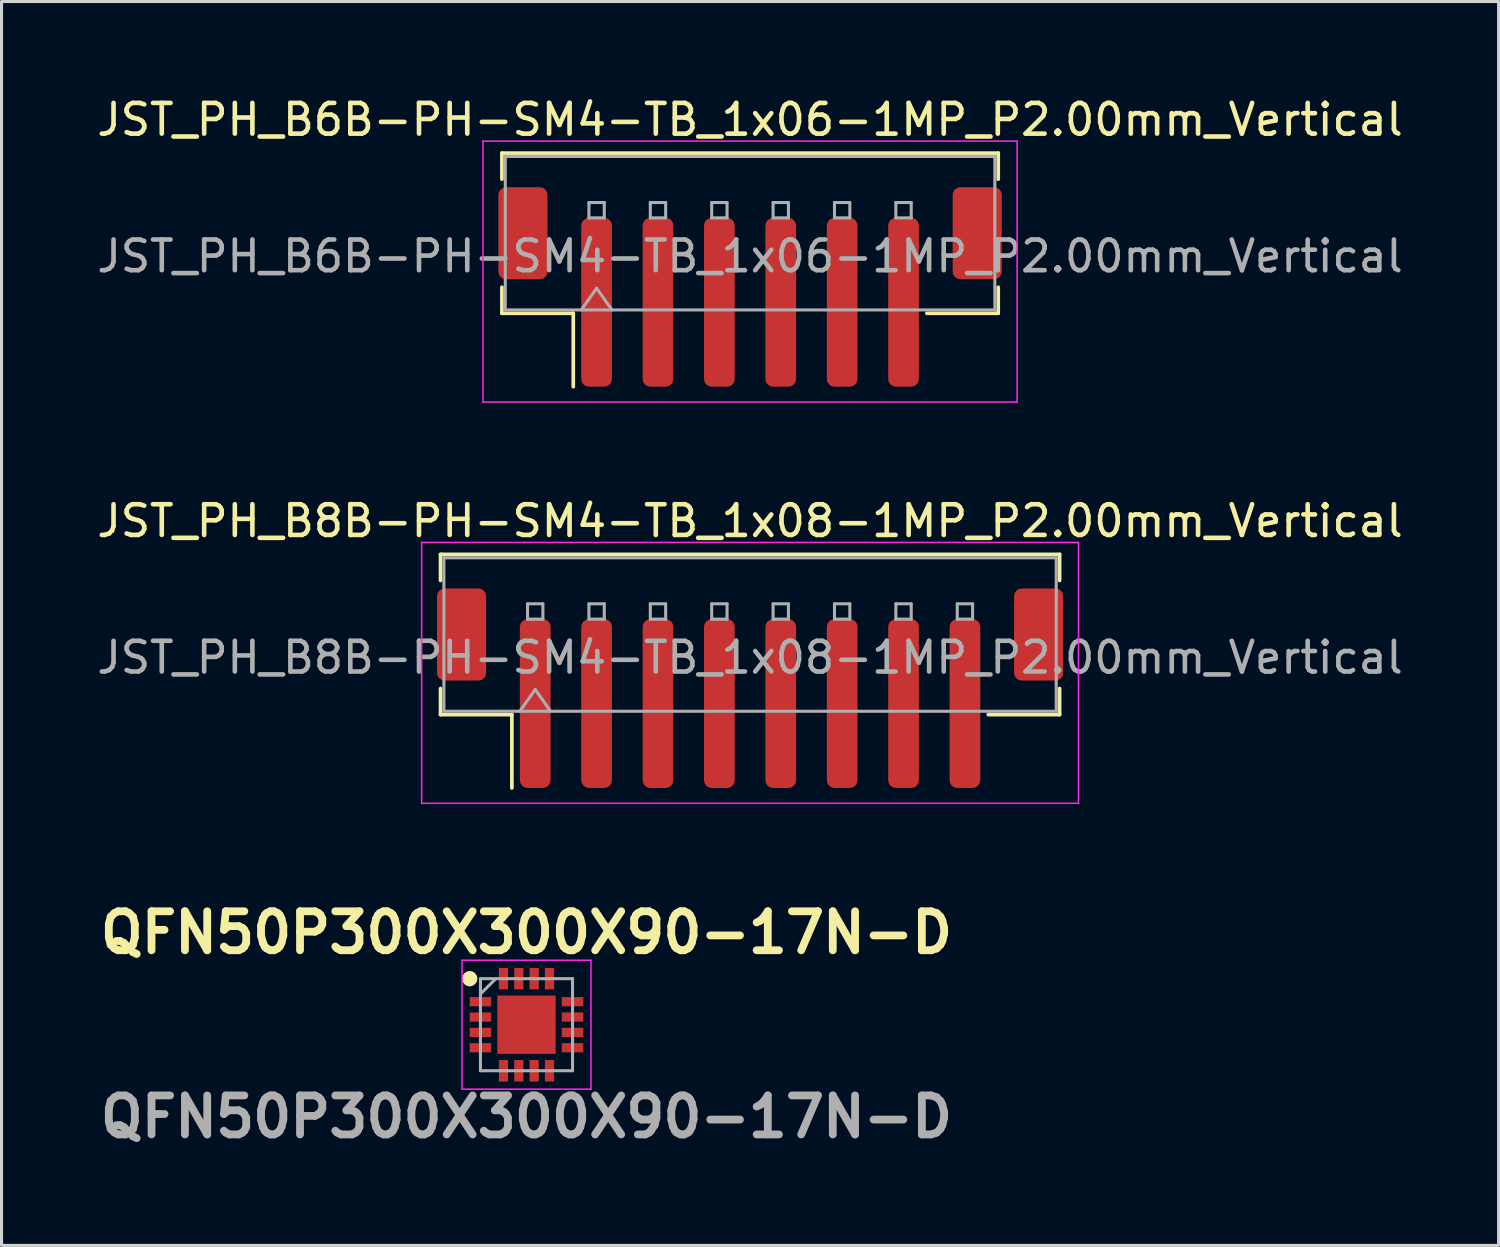
<source format=kicad_pcb>
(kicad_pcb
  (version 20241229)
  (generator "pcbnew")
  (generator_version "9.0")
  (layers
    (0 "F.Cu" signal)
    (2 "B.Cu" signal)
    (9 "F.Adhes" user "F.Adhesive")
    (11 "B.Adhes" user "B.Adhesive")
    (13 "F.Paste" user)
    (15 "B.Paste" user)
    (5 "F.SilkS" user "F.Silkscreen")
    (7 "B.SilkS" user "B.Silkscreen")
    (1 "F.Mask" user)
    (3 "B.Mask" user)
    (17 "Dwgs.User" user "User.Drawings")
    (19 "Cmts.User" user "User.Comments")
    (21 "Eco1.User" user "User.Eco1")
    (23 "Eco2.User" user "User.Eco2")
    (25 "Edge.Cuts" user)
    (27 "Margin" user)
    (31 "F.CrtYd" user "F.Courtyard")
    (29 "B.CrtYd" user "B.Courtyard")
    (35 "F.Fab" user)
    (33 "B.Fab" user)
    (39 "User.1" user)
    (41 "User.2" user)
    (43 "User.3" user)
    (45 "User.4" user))
  (footprint "JST_PH_B8B-PH-SM4-TB_1x08-1MP_P2.00mm_Vertical"
    (layer "F.Cu")
    (at 21.387 19.372)
    (property "Reference" "JST_PH_B8B-PH-SM4-TB_1x08-1MP_P2.00mm_Vertical" (at 0 -5.45 0) (layer "F.SilkS") (effects (font (size 1 1) (thickness 0.15))))
    (attr smd)
    (fp_line (start -10.085 -4.36) (end 10.085 -4.36) (stroke (width 0.12) (type solid)) (layer "F.SilkS"))
    (fp_line (start -10.085 -3.51) (end -10.085 -4.36) (stroke (width 0.12) (type solid)) (layer "F.SilkS"))
    (fp_line (start -10.085 0.01) (end -10.085 0.86) (stroke (width 0.12) (type solid)) (layer "F.SilkS"))
    (fp_line (start -10.085 0.86) (end -7.76 0.86) (stroke (width 0.12) (type solid)) (layer "F.SilkS"))
    (fp_line (start -7.76 0.86) (end -7.76 3.25) (stroke (width 0.12) (type solid)) (layer "F.SilkS"))
    (fp_line (start 10.085 -4.36) (end 10.085 -3.51) (stroke (width 0.12) (type solid)) (layer "F.SilkS"))
    (fp_line (start 10.085 0.01) (end 10.085 0.86) (stroke (width 0.12) (type solid)) (layer "F.SilkS"))
    (fp_line (start 10.085 0.86) (end 7.76 0.86) (stroke (width 0.12) (type solid)) (layer "F.SilkS"))
    (fp_line (start -10.7 -4.75) (end -10.7 3.75) (stroke (width 0.05) (type solid)) (layer "F.CrtYd"))
    (fp_line (start -10.7 3.75) (end 10.7 3.75) (stroke (width 0.05) (type solid)) (layer "F.CrtYd"))
    (fp_line (start 10.7 -4.75) (end -10.7 -4.75) (stroke (width 0.05) (type solid)) (layer "F.CrtYd"))
    (fp_line (start 10.7 3.75) (end 10.7 -4.75) (stroke (width 0.05) (type solid)) (layer "F.CrtYd"))
    (fp_line (start -9.975 -4.25) (end 9.975 -4.25) (stroke (width 0.1) (type solid)) (layer "F.Fab"))
    (fp_line (start -9.975 0.75) (end -9.975 -4.25) (stroke (width 0.1) (type solid)) (layer "F.Fab"))
    (fp_line (start -9.975 0.75) (end 9.975 0.75) (stroke (width 0.1) (type solid)) (layer "F.Fab"))
    (fp_line (start -7.5 0.75) (end -7 0.043) (stroke (width 0.1) (type solid)) (layer "F.Fab"))
    (fp_line (start -7.25 -2.75) (end -7.25 -2.25) (stroke (width 0.1) (type solid)) (layer "F.Fab"))
    (fp_line (start -7.25 -2.25) (end -6.75 -2.25) (stroke (width 0.1) (type solid)) (layer "F.Fab"))
    (fp_line (start -7 0.043) (end -6.5 0.75) (stroke (width 0.1) (type solid)) (layer "F.Fab"))
    (fp_line (start -6.75 -2.75) (end -7.25 -2.75) (stroke (width 0.1) (type solid)) (layer "F.Fab"))
    (fp_line (start -6.75 -2.25) (end -6.75 -2.75) (stroke (width 0.1) (type solid)) (layer "F.Fab"))
    (fp_line (start -5.25 -2.75) (end -5.25 -2.25) (stroke (width 0.1) (type solid)) (layer "F.Fab"))
    (fp_line (start -5.25 -2.25) (end -4.75 -2.25) (stroke (width 0.1) (type solid)) (layer "F.Fab"))
    (fp_line (start -4.75 -2.75) (end -5.25 -2.75) (stroke (width 0.1) (type solid)) (layer "F.Fab"))
    (fp_line (start -4.75 -2.25) (end -4.75 -2.75) (stroke (width 0.1) (type solid)) (layer "F.Fab"))
    (fp_line (start -3.25 -2.75) (end -3.25 -2.25) (stroke (width 0.1) (type solid)) (layer "F.Fab"))
    (fp_line (start -3.25 -2.25) (end -2.75 -2.25) (stroke (width 0.1) (type solid)) (layer "F.Fab"))
    (fp_line (start -2.75 -2.75) (end -3.25 -2.75) (stroke (width 0.1) (type solid)) (layer "F.Fab"))
    (fp_line (start -2.75 -2.25) (end -2.75 -2.75) (stroke (width 0.1) (type solid)) (layer "F.Fab"))
    (fp_line (start -1.25 -2.75) (end -1.25 -2.25) (stroke (width 0.1) (type solid)) (layer "F.Fab"))
    (fp_line (start -1.25 -2.25) (end -0.75 -2.25) (stroke (width 0.1) (type solid)) (layer "F.Fab"))
    (fp_line (start -0.75 -2.75) (end -1.25 -2.75) (stroke (width 0.1) (type solid)) (layer "F.Fab"))
    (fp_line (start -0.75 -2.25) (end -0.75 -2.75) (stroke (width 0.1) (type solid)) (layer "F.Fab"))
    (fp_line (start 0.75 -2.75) (end 0.75 -2.25) (stroke (width 0.1) (type solid)) (layer "F.Fab"))
    (fp_line (start 0.75 -2.25) (end 1.25 -2.25) (stroke (width 0.1) (type solid)) (layer "F.Fab"))
    (fp_line (start 1.25 -2.75) (end 0.75 -2.75) (stroke (width 0.1) (type solid)) (layer "F.Fab"))
    (fp_line (start 1.25 -2.25) (end 1.25 -2.75) (stroke (width 0.1) (type solid)) (layer "F.Fab"))
    (fp_line (start 2.75 -2.75) (end 2.75 -2.25) (stroke (width 0.1) (type solid)) (layer "F.Fab"))
    (fp_line (start 2.75 -2.25) (end 3.25 -2.25) (stroke (width 0.1) (type solid)) (layer "F.Fab"))
    (fp_line (start 3.25 -2.75) (end 2.75 -2.75) (stroke (width 0.1) (type solid)) (layer "F.Fab"))
    (fp_line (start 3.25 -2.25) (end 3.25 -2.75) (stroke (width 0.1) (type solid)) (layer "F.Fab"))
    (fp_line (start 4.75 -2.75) (end 4.75 -2.25) (stroke (width 0.1) (type solid)) (layer "F.Fab"))
    (fp_line (start 4.75 -2.25) (end 5.25 -2.25) (stroke (width 0.1) (type solid)) (layer "F.Fab"))
    (fp_line (start 5.25 -2.75) (end 4.75 -2.75) (stroke (width 0.1) (type solid)) (layer "F.Fab"))
    (fp_line (start 5.25 -2.25) (end 5.25 -2.75) (stroke (width 0.1) (type solid)) (layer "F.Fab"))
    (fp_line (start 6.75 -2.75) (end 6.75 -2.25) (stroke (width 0.1) (type solid)) (layer "F.Fab"))
    (fp_line (start 6.75 -2.25) (end 7.25 -2.25) (stroke (width 0.1) (type solid)) (layer "F.Fab"))
    (fp_line (start 7.25 -2.75) (end 6.75 -2.75) (stroke (width 0.1) (type solid)) (layer "F.Fab"))
    (fp_line (start 7.25 -2.25) (end 7.25 -2.75) (stroke (width 0.1) (type solid)) (layer "F.Fab"))
    (fp_line (start 9.975 0.75) (end 9.975 -4.25) (stroke (width 0.1) (type solid)) (layer "F.Fab"))
    (fp_text user "${REFERENCE}" (at 0 -1 0) (layer "F.Fab") (effects (font (size 1 1) (thickness 0.15))))
    (pad "1" smd roundrect (at -7 0.5) (size 1 5.5) (layers "F.Cu" "F.Mask" "F.Paste") (roundrect_rratio 0.25))
    (pad "2" smd roundrect (at -5 0.5) (size 1 5.5) (layers "F.Cu" "F.Mask" "F.Paste") (roundrect_rratio 0.25))
    (pad "3" smd roundrect (at -3 0.5) (size 1 5.5) (layers "F.Cu" "F.Mask" "F.Paste") (roundrect_rratio 0.25))
    (pad "4" smd roundrect (at -1 0.5) (size 1 5.5) (layers "F.Cu" "F.Mask" "F.Paste") (roundrect_rratio 0.25))
    (pad "5" smd roundrect (at 1 0.5) (size 1 5.5) (layers "F.Cu" "F.Mask" "F.Paste") (roundrect_rratio 0.25))
    (pad "6" smd roundrect (at 3 0.5) (size 1 5.5) (layers "F.Cu" "F.Mask" "F.Paste") (roundrect_rratio 0.25))
    (pad "7" smd roundrect (at 5 0.5) (size 1 5.5) (layers "F.Cu" "F.Mask" "F.Paste") (roundrect_rratio 0.25))
    (pad "8" smd roundrect (at 7 0.5) (size 1 5.5) (layers "F.Cu" "F.Mask" "F.Paste") (roundrect_rratio 0.25))
    (pad "MP" smd roundrect (at -9.4 -1.75) (size 1.6 3) (layers "F.Cu" "F.Mask" "F.Paste") (roundrect_rratio 0.156))
    (pad "MP" smd roundrect (at 9.4 -1.75) (size 1.6 3) (layers "F.Cu" "F.Mask" "F.Paste") (roundrect_rratio 0.156)))
  (footprint "QFN50P300X300X90-17N-D"
    (layer "F.Cu")
    (at 14.103 30.335)
    (property "Reference" "QFN50P300X300X90-17N-D" (at 0 -3 0) (layer "F.SilkS") (effects (font (size 1.27 1.27) (thickness 0.254))))
    (attr smd)
    (fp_circle (center -1.85 -1.5) (end -1.85 -1.375) (stroke (width 0.25) (type solid)) (fill no) (layer "F.SilkS"))
    (fp_line (start -2.1 -2.1) (end 2.1 -2.1) (stroke (width 0.05) (type solid)) (layer "F.CrtYd"))
    (fp_line (start -2.1 2.1) (end -2.1 -2.1) (stroke (width 0.05) (type solid)) (layer "F.CrtYd"))
    (fp_line (start 2.1 -2.1) (end 2.1 2.1) (stroke (width 0.05) (type solid)) (layer "F.CrtYd"))
    (fp_line (start 2.1 2.1) (end -2.1 2.1) (stroke (width 0.05) (type solid)) (layer "F.CrtYd"))
    (fp_line (start -1.5 -1.5) (end 1.5 -1.5) (stroke (width 0.1) (type solid)) (layer "F.Fab"))
    (fp_line (start -1.5 -1) (end -1 -1.5) (stroke (width 0.1) (type solid)) (layer "F.Fab"))
    (fp_line (start -1.5 1.5) (end -1.5 -1.5) (stroke (width 0.1) (type solid)) (layer "F.Fab"))
    (fp_line (start 1.5 -1.5) (end 1.5 1.5) (stroke (width 0.1) (type solid)) (layer "F.Fab"))
    (fp_line (start 1.5 1.5) (end -1.5 1.5) (stroke (width 0.1) (type solid)) (layer "F.Fab"))
    (fp_text user "${REFERENCE}" (at 0 3 0) (layer "F.Fab") (effects (font (size 1.27 1.27) (thickness 0.254))))
    (pad "1" smd rect (at -1.5 -0.75 90) (size 0.3 0.7) (layers "F.Cu" "F.Mask" "F.Paste"))
    (pad "2" smd rect (at -1.5 -0.25 90) (size 0.3 0.7) (layers "F.Cu" "F.Mask" "F.Paste"))
    (pad "3" smd rect (at -1.5 0.25 90) (size 0.3 0.7) (layers "F.Cu" "F.Mask" "F.Paste"))
    (pad "4" smd rect (at -1.5 0.75 90) (size 0.3 0.7) (layers "F.Cu" "F.Mask" "F.Paste"))
    (pad "5" smd rect (at -0.75 1.5) (size 0.3 0.7) (layers "F.Cu" "F.Mask" "F.Paste"))
    (pad "6" smd rect (at -0.25 1.5) (size 0.3 0.7) (layers "F.Cu" "F.Mask" "F.Paste"))
    (pad "7" smd rect (at 0.25 1.5) (size 0.3 0.7) (layers "F.Cu" "F.Mask" "F.Paste"))
    (pad "8" smd rect (at 0.75 1.5) (size 0.3 0.7) (layers "F.Cu" "F.Mask" "F.Paste"))
    (pad "9" smd rect (at 1.5 0.75 90) (size 0.3 0.7) (layers "F.Cu" "F.Mask" "F.Paste"))
    (pad "10" smd rect (at 1.5 0.25 90) (size 0.3 0.7) (layers "F.Cu" "F.Mask" "F.Paste"))
    (pad "11" smd rect (at 1.5 -0.25 90) (size 0.3 0.7) (layers "F.Cu" "F.Mask" "F.Paste"))
    (pad "12" smd rect (at 1.5 -0.75 90) (size 0.3 0.7) (layers "F.Cu" "F.Mask" "F.Paste"))
    (pad "13" smd rect (at 0.75 -1.5) (size 0.3 0.7) (layers "F.Cu" "F.Mask" "F.Paste"))
    (pad "14" smd rect (at 0.25 -1.5) (size 0.3 0.7) (layers "F.Cu" "F.Mask" "F.Paste"))
    (pad "15" smd rect (at -0.25 -1.5) (size 0.3 0.7) (layers "F.Cu" "F.Mask" "F.Paste"))
    (pad "16" smd rect (at -0.75 -1.5) (size 0.3 0.7) (layers "F.Cu" "F.Mask" "F.Paste"))
    (pad "17" smd rect (at 0 0) (size 1.9 1.9) (layers "F.Cu" "F.Mask" "F.Paste")))
  (footprint "JST_PH_B6B-PH-SM4-TB_1x06-1MP_P2.00mm_Vertical"
    (layer "F.Cu")
    (at 21.387 6.298)
    (property "Reference" "JST_PH_B6B-PH-SM4-TB_1x06-1MP_P2.00mm_Vertical" (at 0 -5.45 0) (layer "F.SilkS") (effects (font (size 1 1) (thickness 0.15))))
    (attr smd)
    (fp_line (start -8.085 -4.36) (end 8.085 -4.36) (stroke (width 0.12) (type solid)) (layer "F.SilkS"))
    (fp_line (start -8.085 -3.51) (end -8.085 -4.36) (stroke (width 0.12) (type solid)) (layer "F.SilkS"))
    (fp_line (start -8.085 0.01) (end -8.085 0.86) (stroke (width 0.12) (type solid)) (layer "F.SilkS"))
    (fp_line (start -8.085 0.86) (end -5.76 0.86) (stroke (width 0.12) (type solid)) (layer "F.SilkS"))
    (fp_line (start -5.76 0.86) (end -5.76 3.25) (stroke (width 0.12) (type solid)) (layer "F.SilkS"))
    (fp_line (start 8.085 -4.36) (end 8.085 -3.51) (stroke (width 0.12) (type solid)) (layer "F.SilkS"))
    (fp_line (start 8.085 0.01) (end 8.085 0.86) (stroke (width 0.12) (type solid)) (layer "F.SilkS"))
    (fp_line (start 8.085 0.86) (end 5.76 0.86) (stroke (width 0.12) (type solid)) (layer "F.SilkS"))
    (fp_line (start -8.7 -4.75) (end -8.7 3.75) (stroke (width 0.05) (type solid)) (layer "F.CrtYd"))
    (fp_line (start -8.7 3.75) (end 8.7 3.75) (stroke (width 0.05) (type solid)) (layer "F.CrtYd"))
    (fp_line (start 8.7 -4.75) (end -8.7 -4.75) (stroke (width 0.05) (type solid)) (layer "F.CrtYd"))
    (fp_line (start 8.7 3.75) (end 8.7 -4.75) (stroke (width 0.05) (type solid)) (layer "F.CrtYd"))
    (fp_line (start -7.975 -4.25) (end 7.975 -4.25) (stroke (width 0.1) (type solid)) (layer "F.Fab"))
    (fp_line (start -7.975 0.75) (end -7.975 -4.25) (stroke (width 0.1) (type solid)) (layer "F.Fab"))
    (fp_line (start -7.975 0.75) (end 7.975 0.75) (stroke (width 0.1) (type solid)) (layer "F.Fab"))
    (fp_line (start -5.5 0.75) (end -5 0.043) (stroke (width 0.1) (type solid)) (layer "F.Fab"))
    (fp_line (start -5.25 -2.75) (end -5.25 -2.25) (stroke (width 0.1) (type solid)) (layer "F.Fab"))
    (fp_line (start -5.25 -2.25) (end -4.75 -2.25) (stroke (width 0.1) (type solid)) (layer "F.Fab"))
    (fp_line (start -5 0.043) (end -4.5 0.75) (stroke (width 0.1) (type solid)) (layer "F.Fab"))
    (fp_line (start -4.75 -2.75) (end -5.25 -2.75) (stroke (width 0.1) (type solid)) (layer "F.Fab"))
    (fp_line (start -4.75 -2.25) (end -4.75 -2.75) (stroke (width 0.1) (type solid)) (layer "F.Fab"))
    (fp_line (start -3.25 -2.75) (end -3.25 -2.25) (stroke (width 0.1) (type solid)) (layer "F.Fab"))
    (fp_line (start -3.25 -2.25) (end -2.75 -2.25) (stroke (width 0.1) (type solid)) (layer "F.Fab"))
    (fp_line (start -2.75 -2.75) (end -3.25 -2.75) (stroke (width 0.1) (type solid)) (layer "F.Fab"))
    (fp_line (start -2.75 -2.25) (end -2.75 -2.75) (stroke (width 0.1) (type solid)) (layer "F.Fab"))
    (fp_line (start -1.25 -2.75) (end -1.25 -2.25) (stroke (width 0.1) (type solid)) (layer "F.Fab"))
    (fp_line (start -1.25 -2.25) (end -0.75 -2.25) (stroke (width 0.1) (type solid)) (layer "F.Fab"))
    (fp_line (start -0.75 -2.75) (end -1.25 -2.75) (stroke (width 0.1) (type solid)) (layer "F.Fab"))
    (fp_line (start -0.75 -2.25) (end -0.75 -2.75) (stroke (width 0.1) (type solid)) (layer "F.Fab"))
    (fp_line (start 0.75 -2.75) (end 0.75 -2.25) (stroke (width 0.1) (type solid)) (layer "F.Fab"))
    (fp_line (start 0.75 -2.25) (end 1.25 -2.25) (stroke (width 0.1) (type solid)) (layer "F.Fab"))
    (fp_line (start 1.25 -2.75) (end 0.75 -2.75) (stroke (width 0.1) (type solid)) (layer "F.Fab"))
    (fp_line (start 1.25 -2.25) (end 1.25 -2.75) (stroke (width 0.1) (type solid)) (layer "F.Fab"))
    (fp_line (start 2.75 -2.75) (end 2.75 -2.25) (stroke (width 0.1) (type solid)) (layer "F.Fab"))
    (fp_line (start 2.75 -2.25) (end 3.25 -2.25) (stroke (width 0.1) (type solid)) (layer "F.Fab"))
    (fp_line (start 3.25 -2.75) (end 2.75 -2.75) (stroke (width 0.1) (type solid)) (layer "F.Fab"))
    (fp_line (start 3.25 -2.25) (end 3.25 -2.75) (stroke (width 0.1) (type solid)) (layer "F.Fab"))
    (fp_line (start 4.75 -2.75) (end 4.75 -2.25) (stroke (width 0.1) (type solid)) (layer "F.Fab"))
    (fp_line (start 4.75 -2.25) (end 5.25 -2.25) (stroke (width 0.1) (type solid)) (layer "F.Fab"))
    (fp_line (start 5.25 -2.75) (end 4.75 -2.75) (stroke (width 0.1) (type solid)) (layer "F.Fab"))
    (fp_line (start 5.25 -2.25) (end 5.25 -2.75) (stroke (width 0.1) (type solid)) (layer "F.Fab"))
    (fp_line (start 7.975 0.75) (end 7.975 -4.25) (stroke (width 0.1) (type solid)) (layer "F.Fab"))
    (fp_text user "${REFERENCE}" (at 0 -1 0) (layer "F.Fab") (effects (font (size 1 1) (thickness 0.15))))
    (pad "1" smd roundrect (at -5 0.5) (size 1 5.5) (layers "F.Cu" "F.Mask" "F.Paste") (roundrect_rratio 0.25))
    (pad "2" smd roundrect (at -3 0.5) (size 1 5.5) (layers "F.Cu" "F.Mask" "F.Paste") (roundrect_rratio 0.25))
    (pad "3" smd roundrect (at -1 0.5) (size 1 5.5) (layers "F.Cu" "F.Mask" "F.Paste") (roundrect_rratio 0.25))
    (pad "4" smd roundrect (at 1 0.5) (size 1 5.5) (layers "F.Cu" "F.Mask" "F.Paste") (roundrect_rratio 0.25))
    (pad "5" smd roundrect (at 3 0.5) (size 1 5.5) (layers "F.Cu" "F.Mask" "F.Paste") (roundrect_rratio 0.25))
    (pad "6" smd roundrect (at 5 0.5) (size 1 5.5) (layers "F.Cu" "F.Mask" "F.Paste") (roundrect_rratio 0.25))
    (pad "SH" smd roundrect (at -7.4 -1.75) (size 1.6 3) (layers "F.Cu" "F.Mask" "F.Paste") (roundrect_rratio 0.156))
    (pad "SH" smd roundrect (at 7.4 -1.75) (size 1.6 3) (layers "F.Cu" "F.Mask" "F.Paste") (roundrect_rratio 0.156)))
  (gr_rect
    (start -3 -3)
    (end 45.774 37.524)
    (stroke (width 0.1) (type default))
    (fill no)
    (layer "Edge.Cuts")))
</source>
